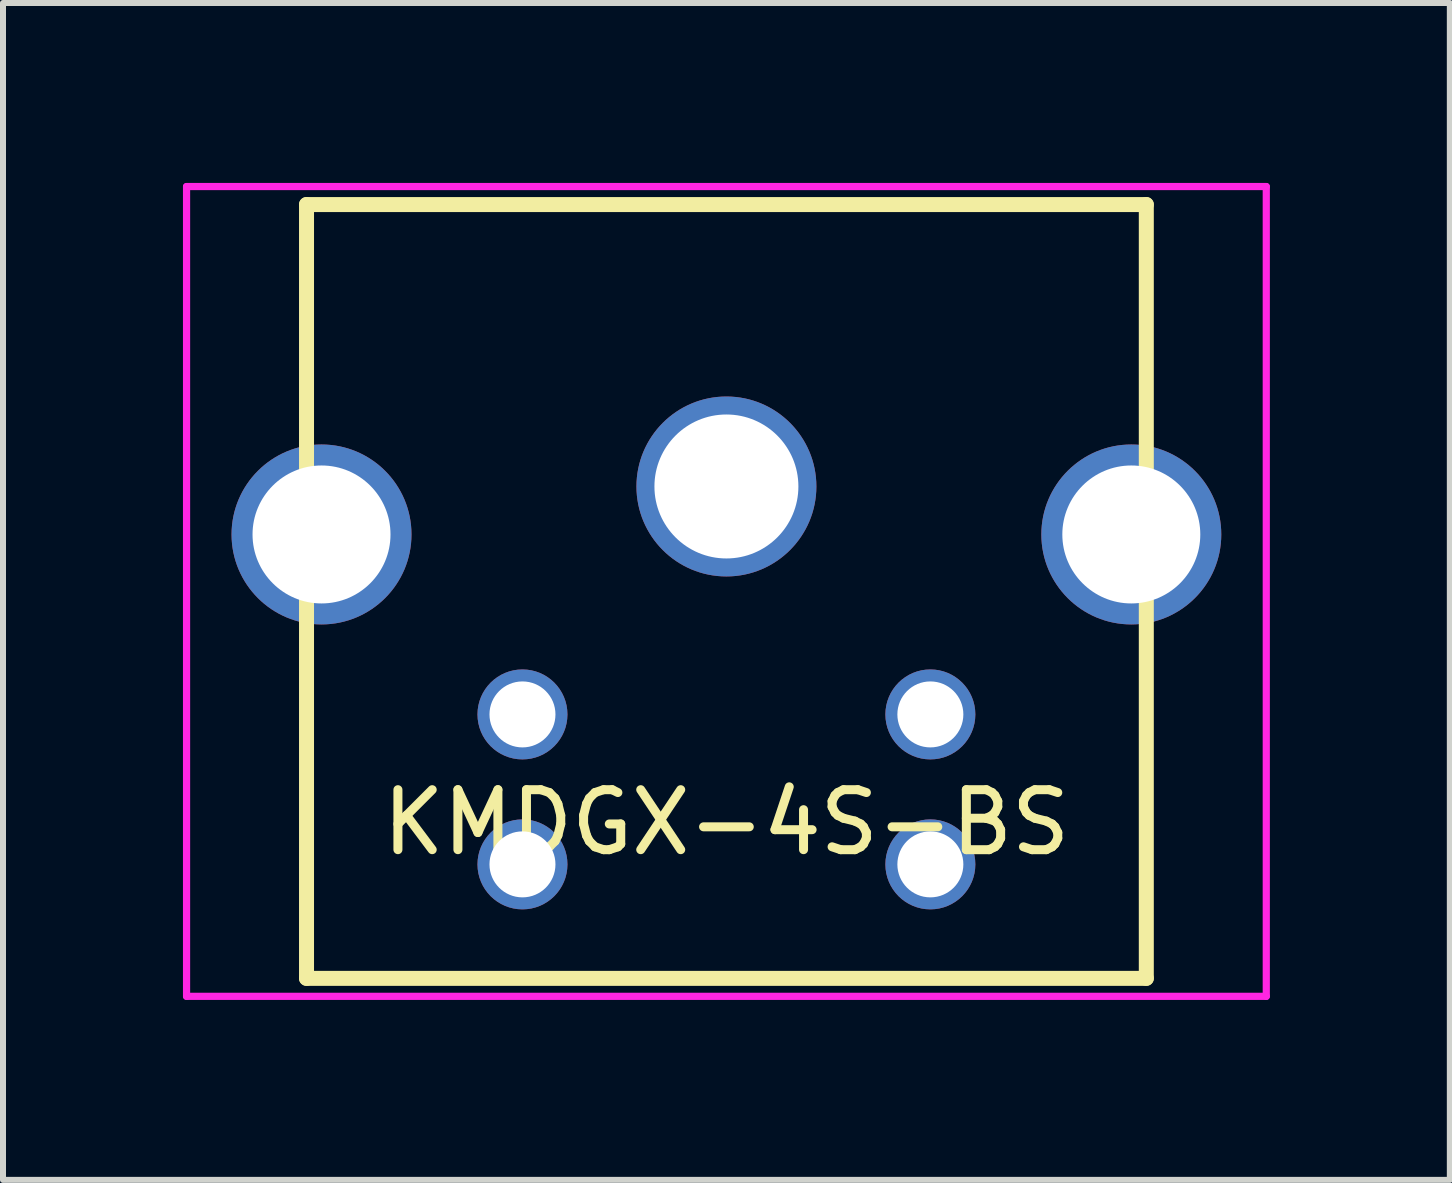
<source format=kicad_pcb>
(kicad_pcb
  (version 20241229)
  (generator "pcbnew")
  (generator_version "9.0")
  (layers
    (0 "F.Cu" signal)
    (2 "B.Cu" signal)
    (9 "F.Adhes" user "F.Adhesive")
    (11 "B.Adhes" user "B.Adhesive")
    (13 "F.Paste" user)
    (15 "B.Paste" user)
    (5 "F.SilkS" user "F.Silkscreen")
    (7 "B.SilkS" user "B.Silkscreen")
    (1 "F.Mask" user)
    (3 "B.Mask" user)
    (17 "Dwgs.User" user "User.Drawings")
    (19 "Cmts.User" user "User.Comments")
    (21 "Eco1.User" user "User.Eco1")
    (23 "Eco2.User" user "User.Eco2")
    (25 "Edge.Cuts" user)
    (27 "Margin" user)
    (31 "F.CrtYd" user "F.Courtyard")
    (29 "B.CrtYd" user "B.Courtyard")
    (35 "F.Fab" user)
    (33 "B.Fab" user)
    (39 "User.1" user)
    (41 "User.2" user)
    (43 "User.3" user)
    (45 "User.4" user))
  (footprint "KMDGX-4S-BS"
    (layer "F.Cu")
    (at 9.06 5.06)
    (property "Reference" "KMDGX-4S-BS" (at 0 5.6 0) (layer "F.SilkS") (effects (font (size 1 1) (thickness 0.15))))
    (attr through_hole)
    (fp_line (start -7 -4.7) (end -7 8.2) (stroke (width 0.25) (type solid)) (layer "F.SilkS"))
    (fp_line (start -7 -4.7) (end 7 -4.7) (stroke (width 0.25) (type solid)) (layer "F.SilkS"))
    (fp_line (start -7 8.2) (end 7 8.2) (stroke (width 0.25) (type solid)) (layer "F.SilkS"))
    (fp_line (start 7 -4.7) (end 7 8.2) (stroke (width 0.25) (type solid)) (layer "F.SilkS"))
    (fp_line (start -9 -5) (end -9 8.5) (stroke (width 0.12) (type solid)) (layer "F.CrtYd"))
    (fp_line (start -9 -5) (end 9 -5) (stroke (width 0.12) (type solid)) (layer "F.CrtYd"))
    (fp_line (start -9 8.5) (end 9 8.5) (stroke (width 0.12) (type solid)) (layer "F.CrtYd"))
    (fp_line (start 9 -5) (end 9 8.5) (stroke (width 0.12) (type solid)) (layer "F.CrtYd"))
    (pad "1" thru_hole circle (at 0 0) (size 3 3) (drill 2.4) (layers "*.Cu" "*.Mask"))
    (pad "3" thru_hole circle (at -3.4 3.8) (size 1.5 1.5) (drill 1.1) (layers "*.Cu" "*.Mask"))
    (pad "5" thru_hole circle (at 3.4 3.8) (size 1.5 1.5) (drill 1.1) (layers "*.Cu" "*.Mask"))
    (pad "6" thru_hole circle (at -3.4 6.3) (size 1.5 1.5) (drill 1.1) (layers "*.Cu" "*.Mask"))
    (pad "8" thru_hole circle (at 3.4 6.3) (size 1.5 1.5) (drill 1.1) (layers "*.Cu" "*.Mask"))
    (pad "~" thru_hole circle (at -6.75 0.8) (size 3 3) (drill 2.3) (layers "*.Cu" "*.Mask"))
    (pad "~" thru_hole circle (at 6.75 0.8) (size 3 3) (drill 2.3) (layers "*.Cu" "*.Mask")))
  (gr_rect
    (start -3 -3)
    (end 21.12 16.62)
    (stroke (width 0.1) (type default))
    (fill no)
    (layer "Edge.Cuts")))
</source>
